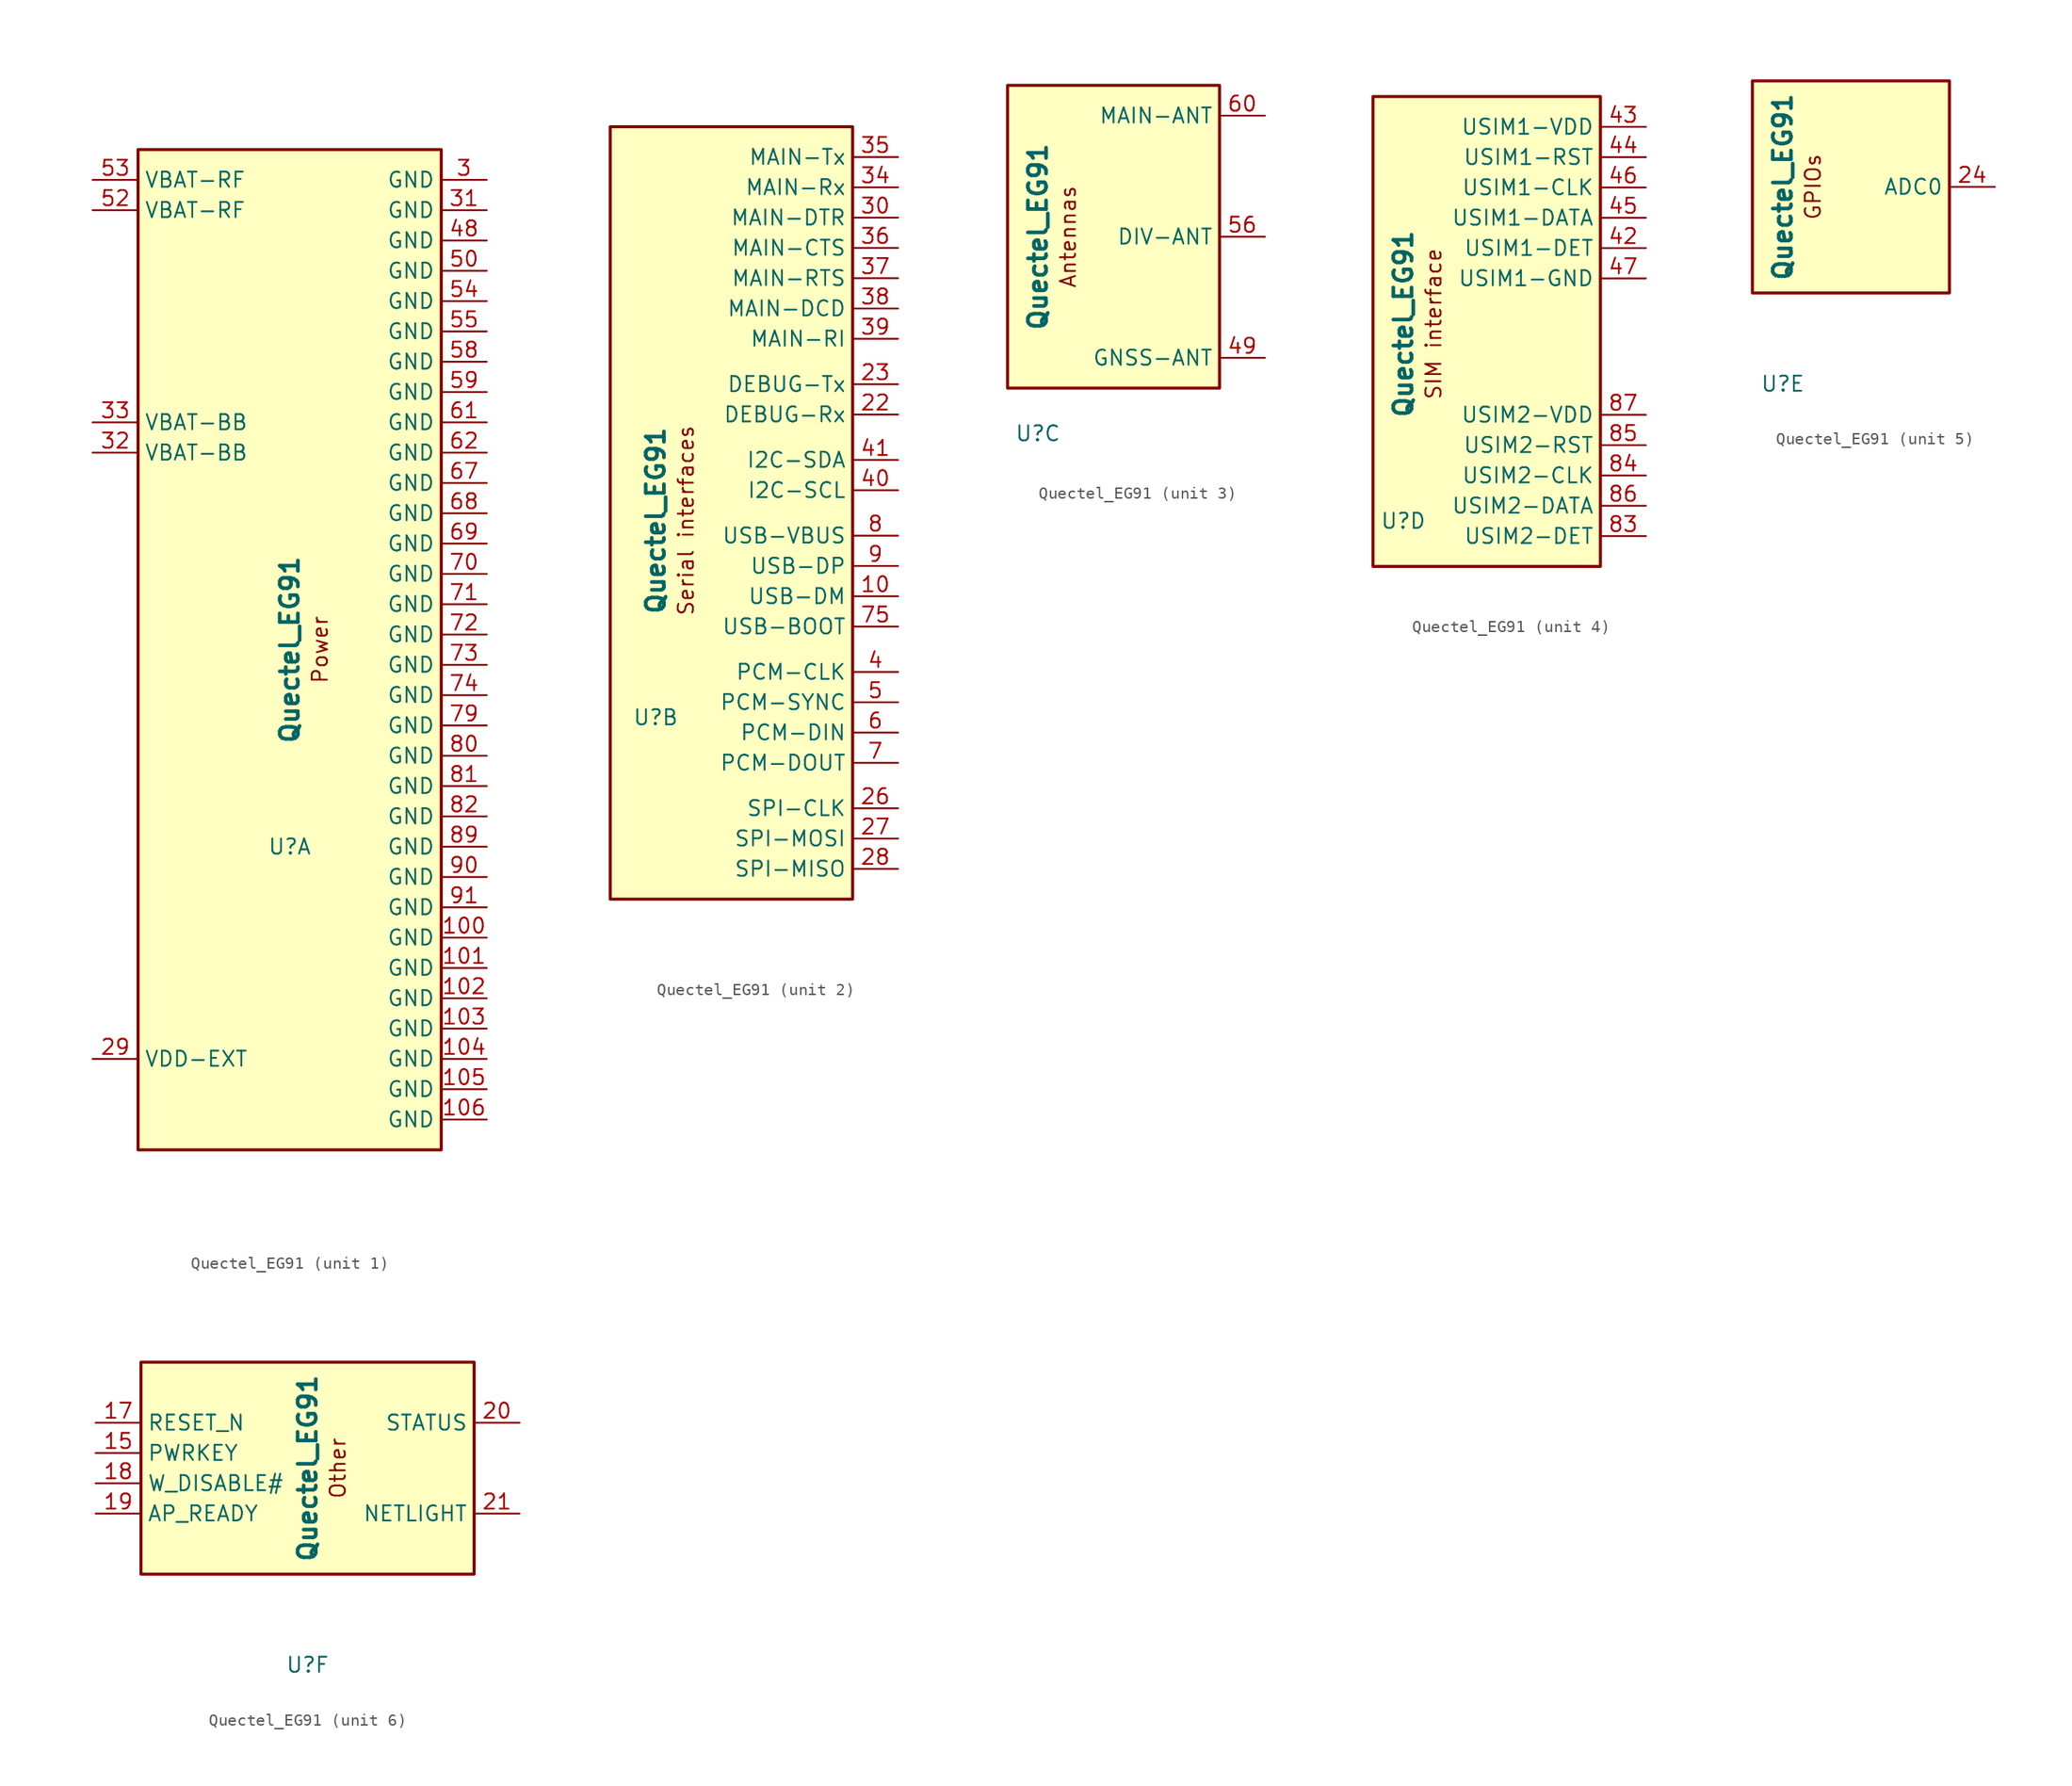
<source format=kicad_sym>
(kicad_symbol_lib
  (version 20231120)
  (generator "kicad_symbol_editor")
  (generator_version "8.0")
  (symbol "Quectel_EG91"
    (property "Reference" "U"
      (at 0 -16.51 0)
      (effects (font (size 1.27 1.27))))
    (property "Value" "Quectel_EG91"
      (at 0 0 90)
      (effects (font (size 1.524 1.524) (bold yes))))
    (symbol "Quectel_EG91_1_0"
      (rectangle (start -12.7 41.91) (end 12.7 -41.91) (stroke (width 0.254) (type default)) (fill (type background)))
      (text "Power" (at 2.54 0 900) (effects (font (size 1.27 1.27)))))
    (symbol "Quectel_EG91_1_1"
      (pin passive line (at 16.51 -24.13 180) (length 3.81) (name "GND" (effects (font (size 1.27 1.27)))) (number "100" (effects (font (size 1.27 1.27)))))
      (pin passive line (at 16.51 -26.67 180) (length 3.81) (name "GND" (effects (font (size 1.27 1.27)))) (number "101" (effects (font (size 1.27 1.27)))))
      (pin passive line (at 16.51 -29.21 180) (length 3.81) (name "GND" (effects (font (size 1.27 1.27)))) (number "102" (effects (font (size 1.27 1.27)))))
      (pin passive line (at 16.51 -31.75 180) (length 3.81) (name "GND" (effects (font (size 1.27 1.27)))) (number "103" (effects (font (size 1.27 1.27)))))
      (pin passive line (at 16.51 -34.29 180) (length 3.81) (name "GND" (effects (font (size 1.27 1.27)))) (number "104" (effects (font (size 1.27 1.27)))))
      (pin passive line (at 16.51 -36.83 180) (length 3.81) (name "GND" (effects (font (size 1.27 1.27)))) (number "105" (effects (font (size 1.27 1.27)))))
      (pin passive line (at 16.51 -39.37 180) (length 3.81) (name "GND" (effects (font (size 1.27 1.27)))) (number "106" (effects (font (size 1.27 1.27)))))
      (pin passive line (at -16.51 -34.29 0) (length 3.81) (name "VDD-EXT" (effects (font (size 1.27 1.27)))) (number "29" (effects (font (size 1.27 1.27)))))
      (pin passive line (at 16.51 39.37 180) (length 3.81) (name "GND" (effects (font (size 1.27 1.27)))) (number "3" (effects (font (size 1.27 1.27)))))
      (pin passive line (at 16.51 36.83 180) (length 3.81) (name "GND" (effects (font (size 1.27 1.27)))) (number "31" (effects (font (size 1.27 1.27)))))
      (pin passive line (at -16.51 16.51 0) (length 3.81) (name "VBAT-BB" (effects (font (size 1.27 1.27)))) (number "32" (effects (font (size 1.27 1.27)))))
      (pin passive line (at -16.51 19.05 0) (length 3.81) (name "VBAT-BB" (effects (font (size 1.27 1.27)))) (number "33" (effects (font (size 1.27 1.27)))))
      (pin passive line (at 16.51 34.29 180) (length 3.81) (name "GND" (effects (font (size 1.27 1.27)))) (number "48" (effects (font (size 1.27 1.27)))))
      (pin passive line (at 16.51 31.75 180) (length 3.81) (name "GND" (effects (font (size 1.27 1.27)))) (number "50" (effects (font (size 1.27 1.27)))))
      (pin passive line (at -16.51 36.83 0) (length 3.81) (name "VBAT-RF" (effects (font (size 1.27 1.27)))) (number "52" (effects (font (size 1.27 1.27)))))
      (pin passive line (at -16.51 39.37 0) (length 3.81) (name "VBAT-RF" (effects (font (size 1.27 1.27)))) (number "53" (effects (font (size 1.27 1.27)))))
      (pin passive line (at 16.51 29.21 180) (length 3.81) (name "GND" (effects (font (size 1.27 1.27)))) (number "54" (effects (font (size 1.27 1.27)))))
      (pin passive line (at 16.51 26.67 180) (length 3.81) (name "GND" (effects (font (size 1.27 1.27)))) (number "55" (effects (font (size 1.27 1.27)))))
      (pin passive line (at 16.51 24.13 180) (length 3.81) (name "GND" (effects (font (size 1.27 1.27)))) (number "58" (effects (font (size 1.27 1.27)))))
      (pin passive line (at 16.51 21.59 180) (length 3.81) (name "GND" (effects (font (size 1.27 1.27)))) (number "59" (effects (font (size 1.27 1.27)))))
      (pin passive line (at 16.51 19.05 180) (length 3.81) (name "GND" (effects (font (size 1.27 1.27)))) (number "61" (effects (font (size 1.27 1.27)))))
      (pin passive line (at 16.51 16.51 180) (length 3.81) (name "GND" (effects (font (size 1.27 1.27)))) (number "62" (effects (font (size 1.27 1.27)))))
      (pin passive line (at 16.51 13.97 180) (length 3.81) (name "GND" (effects (font (size 1.27 1.27)))) (number "67" (effects (font (size 1.27 1.27)))))
      (pin passive line (at 16.51 11.43 180) (length 3.81) (name "GND" (effects (font (size 1.27 1.27)))) (number "68" (effects (font (size 1.27 1.27)))))
      (pin passive line (at 16.51 8.89 180) (length 3.81) (name "GND" (effects (font (size 1.27 1.27)))) (number "69" (effects (font (size 1.27 1.27)))))
      (pin passive line (at 16.51 6.35 180) (length 3.81) (name "GND" (effects (font (size 1.27 1.27)))) (number "70" (effects (font (size 1.27 1.27)))))
      (pin passive line (at 16.51 3.81 180) (length 3.81) (name "GND" (effects (font (size 1.27 1.27)))) (number "71" (effects (font (size 1.27 1.27)))))
      (pin passive line (at 16.51 1.27 180) (length 3.81) (name "GND" (effects (font (size 1.27 1.27)))) (number "72" (effects (font (size 1.27 1.27)))))
      (pin passive line (at 16.51 -1.27 180) (length 3.81) (name "GND" (effects (font (size 1.27 1.27)))) (number "73" (effects (font (size 1.27 1.27)))))
      (pin passive line (at 16.51 -3.81 180) (length 3.81) (name "GND" (effects (font (size 1.27 1.27)))) (number "74" (effects (font (size 1.27 1.27)))))
      (pin passive line (at 16.51 -6.35 180) (length 3.81) (name "GND" (effects (font (size 1.27 1.27)))) (number "79" (effects (font (size 1.27 1.27)))))
      (pin passive line (at 16.51 -8.89 180) (length 3.81) (name "GND" (effects (font (size 1.27 1.27)))) (number "80" (effects (font (size 1.27 1.27)))))
      (pin passive line (at 16.51 -11.43 180) (length 3.81) (name "GND" (effects (font (size 1.27 1.27)))) (number "81" (effects (font (size 1.27 1.27)))))
      (pin passive line (at 16.51 -13.97 180) (length 3.81) (name "GND" (effects (font (size 1.27 1.27)))) (number "82" (effects (font (size 1.27 1.27)))))
      (pin passive line (at 16.51 -16.51 180) (length 3.81) (name "GND" (effects (font (size 1.27 1.27)))) (number "89" (effects (font (size 1.27 1.27)))))
      (pin passive line (at 16.51 -19.05 180) (length 3.81) (name "GND" (effects (font (size 1.27 1.27)))) (number "90" (effects (font (size 1.27 1.27)))))
      (pin passive line (at 16.51 -21.59 180) (length 3.81) (name "GND" (effects (font (size 1.27 1.27)))) (number "91" (effects (font (size 1.27 1.27))))))
    (symbol "Quectel_EG91_2_0"
      (rectangle (start -3.81 33.02) (end 16.51 -31.75) (stroke (width 0.254) (type default)) (fill (type background)))
      (text "Serial interfaces" (at 2.54 0 900) (effects (font (size 1.27 1.27)))))
    (symbol "Quectel_EG91_2_1"
      (pin passive line (at 20.32 -6.35 180) (length 3.81) (name "USB-DM" (effects (font (size 1.27 1.27)))) (number "10" (effects (font (size 1.27 1.27)))))
      (pin passive line (at 20.32 8.89 180) (length 3.81) (name "DEBUG-Rx" (effects (font (size 1.27 1.27)))) (number "22" (effects (font (size 1.27 1.27)))))
      (pin passive line (at 20.32 11.43 180) (length 3.81) (name "DEBUG-Tx" (effects (font (size 1.27 1.27)))) (number "23" (effects (font (size 1.27 1.27)))))
      (pin passive line (at 20.32 -24.13 180) (length 3.81) (name "SPI-CLK" (effects (font (size 1.27 1.27)))) (number "26" (effects (font (size 1.27 1.27)))))
      (pin passive line (at 20.32 -26.67 180) (length 3.81) (name "SPI-MOSI" (effects (font (size 1.27 1.27)))) (number "27" (effects (font (size 1.27 1.27)))))
      (pin passive line (at 20.32 -29.21 180) (length 3.81) (name "SPI-MISO" (effects (font (size 1.27 1.27)))) (number "28" (effects (font (size 1.27 1.27)))))
      (pin passive line (at 20.32 25.4 180) (length 3.81) (name "MAIN-DTR" (effects (font (size 1.27 1.27)))) (number "30" (effects (font (size 1.27 1.27)))))
      (pin passive line (at 20.32 27.94 180) (length 3.81) (name "MAIN-Rx" (effects (font (size 1.27 1.27)))) (number "34" (effects (font (size 1.27 1.27)))))
      (pin passive line (at 20.32 30.48 180) (length 3.81) (name "MAIN-Tx" (effects (font (size 1.27 1.27)))) (number "35" (effects (font (size 1.27 1.27)))))
      (pin passive line (at 20.32 22.86 180) (length 3.81) (name "MAIN-CTS" (effects (font (size 1.27 1.27)))) (number "36" (effects (font (size 1.27 1.27)))))
      (pin passive line (at 20.32 20.32 180) (length 3.81) (name "MAIN-RTS" (effects (font (size 1.27 1.27)))) (number "37" (effects (font (size 1.27 1.27)))))
      (pin passive line (at 20.32 17.78 180) (length 3.81) (name "MAIN-DCD" (effects (font (size 1.27 1.27)))) (number "38" (effects (font (size 1.27 1.27)))))
      (pin passive line (at 20.32 15.24 180) (length 3.81) (name "MAIN-RI" (effects (font (size 1.27 1.27)))) (number "39" (effects (font (size 1.27 1.27)))))
      (pin passive line (at 20.32 -12.7 180) (length 3.81) (name "PCM-CLK" (effects (font (size 1.27 1.27)))) (number "4" (effects (font (size 1.27 1.27)))))
      (pin passive line (at 20.32 2.54 180) (length 3.81) (name "I2C-SCL" (effects (font (size 1.27 1.27)))) (number "40" (effects (font (size 1.27 1.27)))))
      (pin passive line (at 20.32 5.08 180) (length 3.81) (name "I2C-SDA" (effects (font (size 1.27 1.27)))) (number "41" (effects (font (size 1.27 1.27)))))
      (pin passive line (at 20.32 -15.24 180) (length 3.81) (name "PCM-SYNC" (effects (font (size 1.27 1.27)))) (number "5" (effects (font (size 1.27 1.27)))))
      (pin passive line (at 20.32 -17.78 180) (length 3.81) (name "PCM-DIN" (effects (font (size 1.27 1.27)))) (number "6" (effects (font (size 1.27 1.27)))))
      (pin passive line (at 20.32 -20.32 180) (length 3.81) (name "PCM-DOUT" (effects (font (size 1.27 1.27)))) (number "7" (effects (font (size 1.27 1.27)))))
      (pin passive line (at 20.32 -8.89 180) (length 3.81) (name "USB-BOOT" (effects (font (size 1.27 1.27)))) (number "75" (effects (font (size 1.27 1.27)))))
      (pin passive line (at 20.32 -1.27 180) (length 3.81) (name "USB-VBUS" (effects (font (size 1.27 1.27)))) (number "8" (effects (font (size 1.27 1.27)))))
      (pin passive line (at 20.32 -3.81 180) (length 3.81) (name "USB-DP" (effects (font (size 1.27 1.27)))) (number "9" (effects (font (size 1.27 1.27))))))
    (symbol "Quectel_EG91_3_0"
      (rectangle (start 15.24 12.7) (end -2.54 -12.7) (stroke (width 0.254) (type default)) (fill (type background)))
      (text "Antennas" (at 2.54 0 900) (effects (font (size 1.27 1.27)))))
    (symbol "Quectel_EG91_3_1"
      (pin passive line (at 19.05 -10.16 180) (length 3.81) (name "GNSS-ANT" (effects (font (size 1.27 1.27)))) (number "49" (effects (font (size 1.27 1.27)))))
      (pin passive line (at 19.05 0 180) (length 3.81) (name "DIV-ANT" (effects (font (size 1.27 1.27)))) (number "56" (effects (font (size 1.27 1.27)))))
      (pin passive line (at 19.05 10.16 180) (length 3.81) (name "MAIN-ANT" (effects (font (size 1.27 1.27)))) (number "60" (effects (font (size 1.27 1.27))))))
    (symbol "Quectel_EG91_4_0"
      (rectangle (start -2.54 19.05) (end 16.51 -20.32) (stroke (width 0.254) (type default)) (fill (type background)))
      (text "SIM interface" (at 2.54 0 900) (effects (font (size 1.27 1.27)))))
    (symbol "Quectel_EG91_4_1"
      (pin passive line (at 20.32 6.35 180) (length 3.81) (name "USIM1-DET" (effects (font (size 1.27 1.27)))) (number "42" (effects (font (size 1.27 1.27)))))
      (pin passive line (at 20.32 16.51 180) (length 3.81) (name "USIM1-VDD" (effects (font (size 1.27 1.27)))) (number "43" (effects (font (size 1.27 1.27)))))
      (pin passive line (at 20.32 13.97 180) (length 3.81) (name "USIM1-RST" (effects (font (size 1.27 1.27)))) (number "44" (effects (font (size 1.27 1.27)))))
      (pin passive line (at 20.32 8.89 180) (length 3.81) (name "USIM1-DATA" (effects (font (size 1.27 1.27)))) (number "45" (effects (font (size 1.27 1.27)))))
      (pin passive line (at 20.32 11.43 180) (length 3.81) (name "USIM1-CLK" (effects (font (size 1.27 1.27)))) (number "46" (effects (font (size 1.27 1.27)))))
      (pin passive line (at 20.32 3.81 180) (length 3.81) (name "USIM1-GND" (effects (font (size 1.27 1.27)))) (number "47" (effects (font (size 1.27 1.27)))))
      (pin passive line (at 20.32 -17.78 180) (length 3.81) (name "USIM2-DET" (effects (font (size 1.27 1.27)))) (number "83" (effects (font (size 1.27 1.27)))))
      (pin passive line (at 20.32 -12.7 180) (length 3.81) (name "USIM2-CLK" (effects (font (size 1.27 1.27)))) (number "84" (effects (font (size 1.27 1.27)))))
      (pin passive line (at 20.32 -10.16 180) (length 3.81) (name "USIM2-RST" (effects (font (size 1.27 1.27)))) (number "85" (effects (font (size 1.27 1.27)))))
      (pin passive line (at 20.32 -15.24 180) (length 3.81) (name "USIM2-DATA" (effects (font (size 1.27 1.27)))) (number "86" (effects (font (size 1.27 1.27)))))
      (pin passive line (at 20.32 -7.62 180) (length 3.81) (name "USIM2-VDD" (effects (font (size 1.27 1.27)))) (number "87" (effects (font (size 1.27 1.27))))))
    (symbol "Quectel_EG91_5_0"
      (rectangle (start -2.54 8.89) (end 13.97 -8.89) (stroke (width 0.254) (type default)) (fill (type background)))
      (text "GPIOs" (at 2.54 0 900) (effects (font (size 1.27 1.27)))))
    (symbol "Quectel_EG91_5_1"
      (pin passive line (at 17.78 0 180) (length 3.81) (name "ADC0" (effects (font (size 1.27 1.27)))) (number "24" (effects (font (size 1.27 1.27))))))
    (symbol "Quectel_EG91_6_0"
      (rectangle (start 13.97 8.89) (end -13.97 -8.89) (stroke (width 0.254) (type default)) (fill (type background)))
      (text "Other" (at 2.54 0 900) (effects (font (size 1.27 1.27)))))
    (symbol "Quectel_EG91_6_1"
      (pin passive line (at -17.78 1.27 0) (length 3.81) (name "PWRKEY" (effects (font (size 1.27 1.27)))) (number "15" (effects (font (size 1.27 1.27)))))
      (pin passive line (at -17.78 3.81 0) (length 3.81) (name "RESET_N" (effects (font (size 1.27 1.27)))) (number "17" (effects (font (size 1.27 1.27)))))
      (pin passive line (at -17.78 -1.27 0) (length 3.81) (name "W_DISABLE#" (effects (font (size 1.27 1.27)))) (number "18" (effects (font (size 1.27 1.27)))))
      (pin passive line (at -17.78 -3.81 0) (length 3.81) (name "AP_READY" (effects (font (size 1.27 1.27)))) (number "19" (effects (font (size 1.27 1.27)))))
      (pin passive line (at 17.78 3.81 180) (length 3.81) (name "STATUS" (effects (font (size 1.27 1.27)))) (number "20" (effects (font (size 1.27 1.27)))))
      (pin passive line (at 17.78 -3.81 180) (length 3.81) (name "NETLIGHT" (effects (font (size 1.27 1.27)))) (number "21" (effects (font (size 1.27 1.27))))))))
</source>
